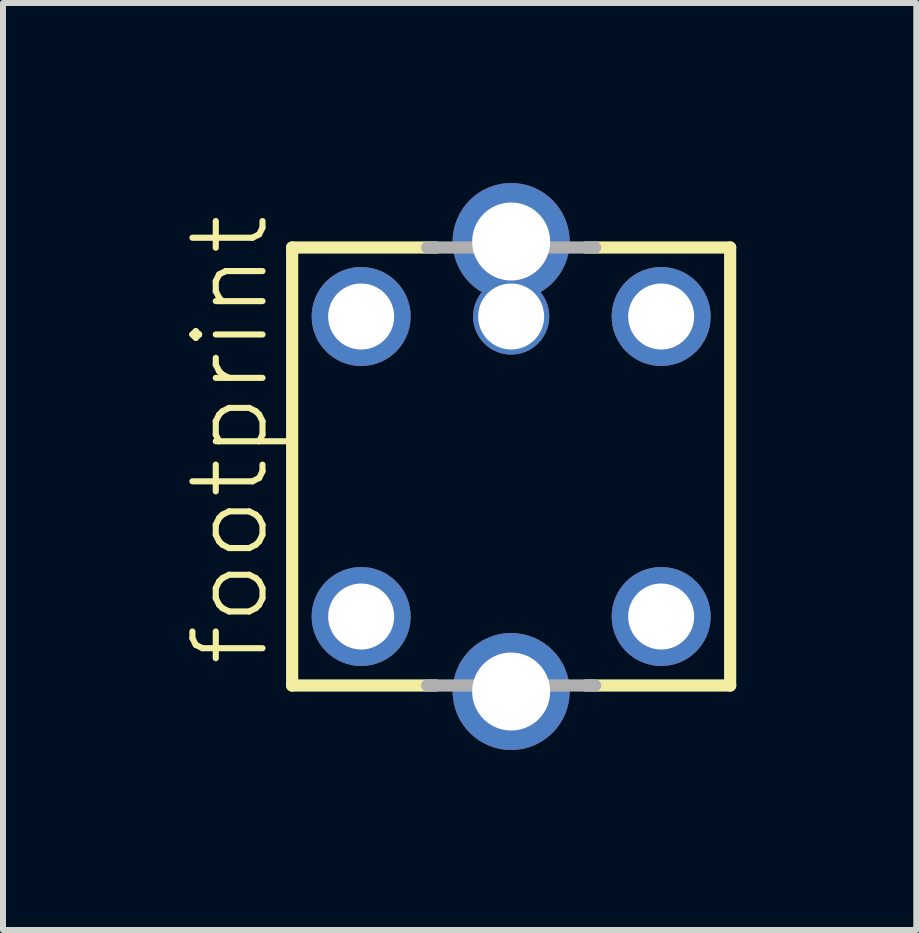
<source format=kicad_pcb>
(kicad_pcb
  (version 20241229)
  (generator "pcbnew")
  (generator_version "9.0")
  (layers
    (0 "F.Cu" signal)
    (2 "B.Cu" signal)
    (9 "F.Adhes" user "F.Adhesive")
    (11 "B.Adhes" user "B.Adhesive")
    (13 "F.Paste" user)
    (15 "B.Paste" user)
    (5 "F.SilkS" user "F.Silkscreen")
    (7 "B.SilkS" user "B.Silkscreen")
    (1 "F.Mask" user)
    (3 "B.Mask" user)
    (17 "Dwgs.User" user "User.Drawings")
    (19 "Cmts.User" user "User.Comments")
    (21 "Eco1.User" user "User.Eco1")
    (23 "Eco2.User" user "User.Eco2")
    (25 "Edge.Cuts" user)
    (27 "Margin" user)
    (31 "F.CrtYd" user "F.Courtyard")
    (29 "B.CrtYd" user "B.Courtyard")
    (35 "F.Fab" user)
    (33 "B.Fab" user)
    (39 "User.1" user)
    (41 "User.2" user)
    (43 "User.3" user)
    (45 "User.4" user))
  (footprint "footprint"
    (layer "F.Cu")
    (at 5.469 4.725)
    (property "Reference" "footprint" (at -3.996 3.373 90) (layer "F.SilkS") (effects (font (size 1.168 1.168) (thickness 0.102)) (justify left bottom)))
    (fp_line (start -3.65 -3.65) (end -1.25 -3.65) (stroke (width 0.203) (type solid)) (layer "F.SilkS"))
    (fp_line (start -3.65 3.65) (end -3.65 -3.65) (stroke (width 0.203) (type solid)) (layer "F.SilkS"))
    (fp_line (start -1.25 3.65) (end -3.65 3.65) (stroke (width 0.203) (type solid)) (layer "F.SilkS"))
    (fp_line (start 1.25 -3.65) (end 3.65 -3.65) (stroke (width 0.203) (type solid)) (layer "F.SilkS"))
    (fp_line (start 3.65 -3.65) (end 3.65 3.65) (stroke (width 0.203) (type solid)) (layer "F.SilkS"))
    (fp_line (start 3.65 3.65) (end 1.25 3.65) (stroke (width 0.203) (type solid)) (layer "F.SilkS"))
    (fp_line (start -1.4 -3.65) (end 1.4 -3.65) (stroke (width 0.203) (type solid)) (layer "F.Fab"))
    (fp_line (start 1.4 3.65) (end -1.4 3.65) (stroke (width 0.203) (type solid)) (layer "F.Fab"))
    (pad "1" thru_hole circle (at 2.5 2.5) (size 1.65 1.65) (drill 1.1) (layers "*.Cu" "*.Mask"))
    (pad "2" thru_hole circle (at 2.5 -2.5) (size 1.65 1.65) (drill 1.1) (layers "*.Cu" "*.Mask"))
    (pad "3" thru_hole circle (at 0 -2.5) (size 1.27 1.27) (drill 1.1) (layers "*.Cu" "*.Mask"))
    (pad "4" thru_hole circle (at -2.5 -2.5) (size 1.65 1.65) (drill 1.1) (layers "*.Cu" "*.Mask"))
    (pad "5" thru_hole circle (at -2.5 2.5) (size 1.65 1.65) (drill 1.1) (layers "*.Cu" "*.Mask"))
    (pad "S1" thru_hole circle (at 0 3.75) (size 1.95 1.95) (drill 1.3) (layers "*.Cu" "*.Mask"))
    (pad "S2" thru_hole circle (at 0 -3.75) (size 1.95 1.95) (drill 1.3) (layers "*.Cu" "*.Mask")))
  (gr_rect
    (start -3 -3)
    (end 12.221 12.45)
    (stroke (width 0.1) (type default))
    (fill no)
    (layer "Edge.Cuts")))
</source>
